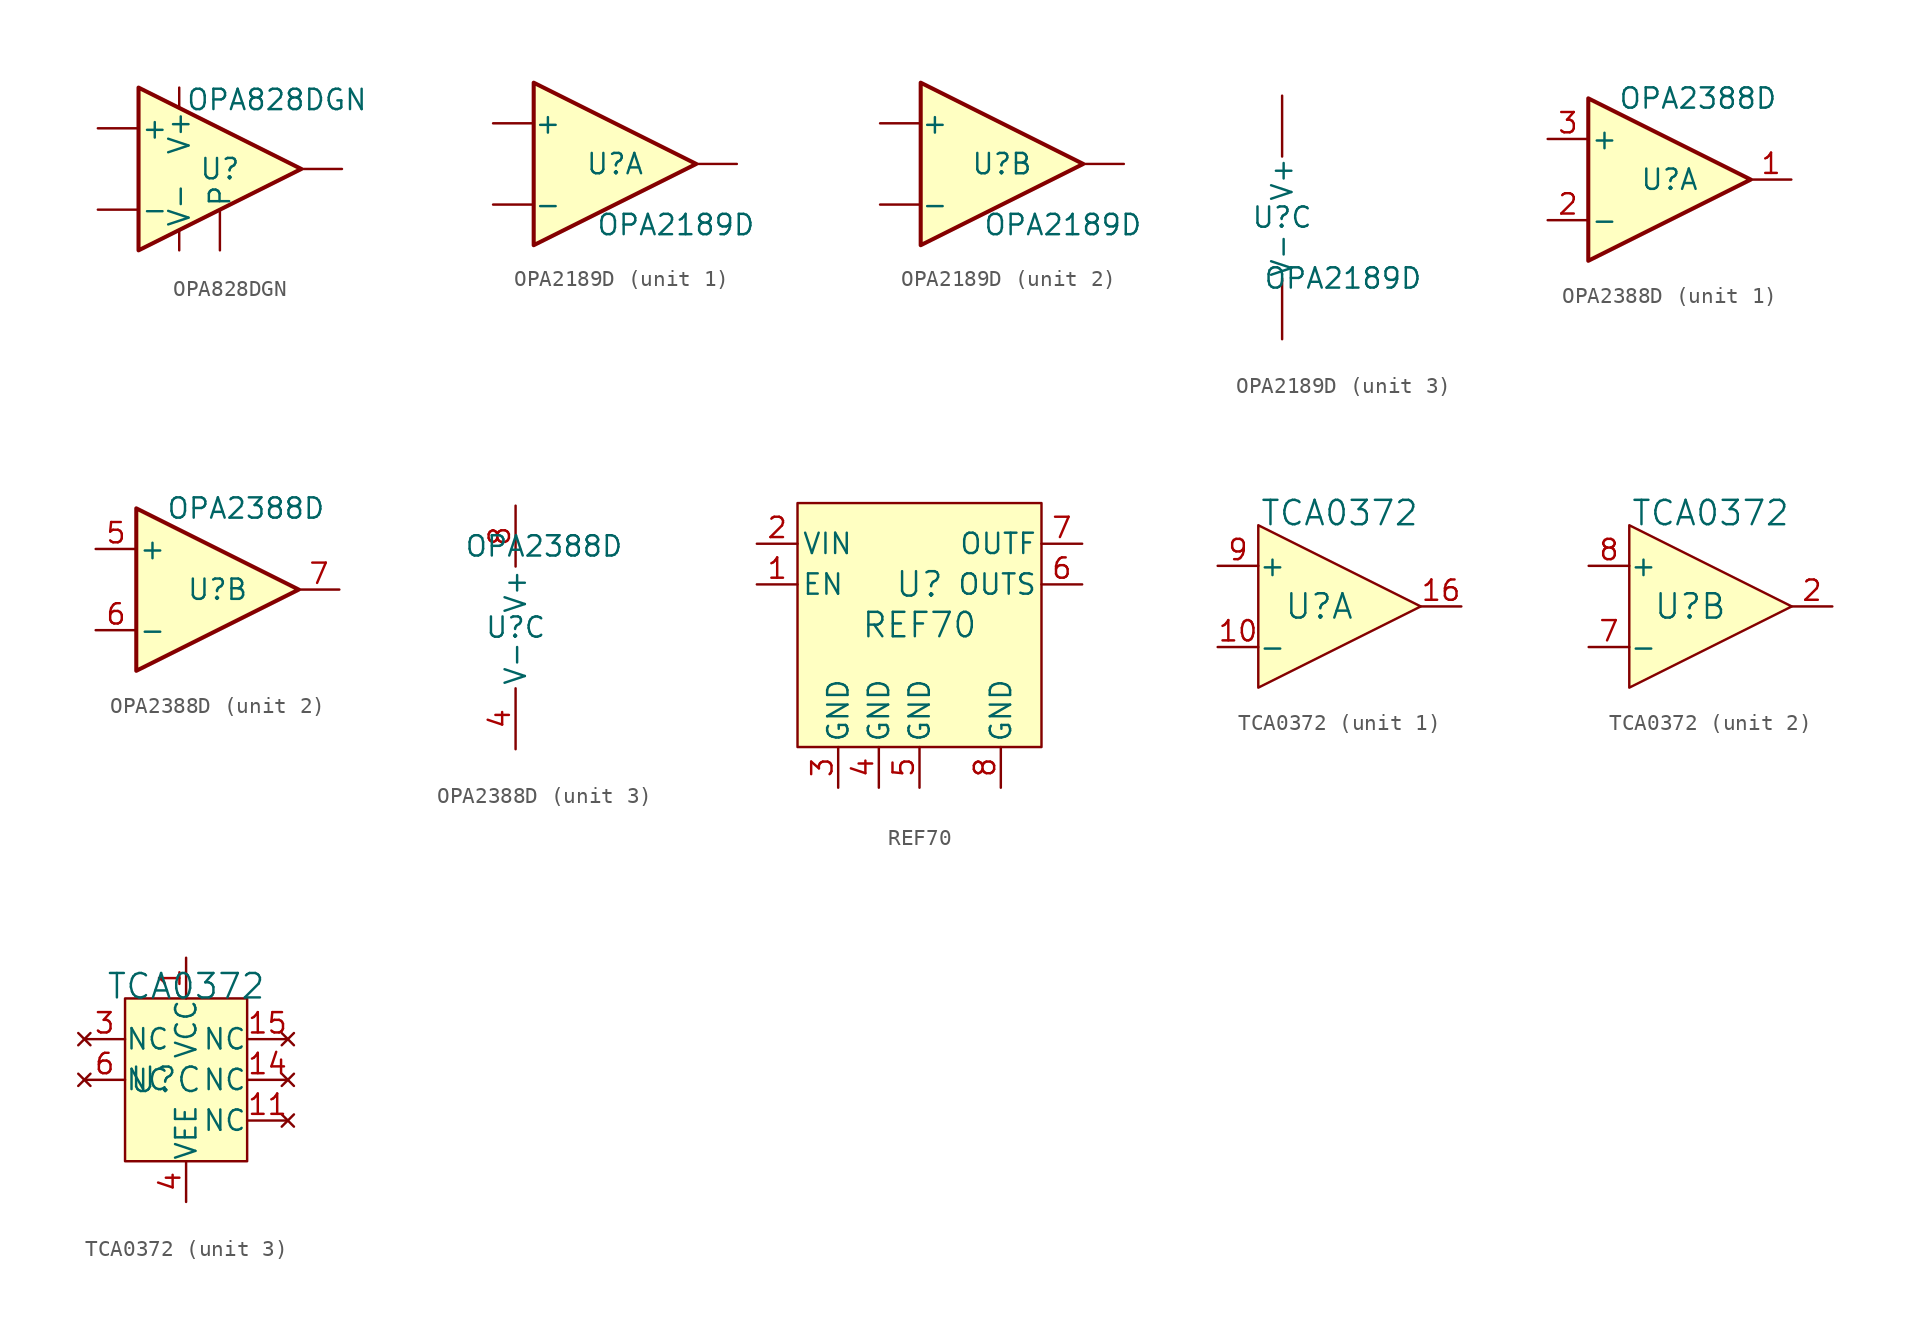
<source format=kicad_sym>
(kicad_symbol_lib
  (version 20241209)
  (generator "kicad_symbol_editor")
  (generator_version "9.0")
  (symbol "OPA828DGN"
    (pin_numbers
      (hide yes))
    (pin_names
      (offset 0.127))
    (property "Reference" "U"
      (at 0 0 0)
      (effects (font (size 1.27 1.27))))
    (property "Value" "OPA828DGN"
      (at 3.556 4.318 0)
      (effects (font (size 1.27 1.27))))
    (symbol "OPA828DGN_0_1"
      (polyline (pts (xy -5.08 5.08) (xy 5.08 0) (xy -5.08 -5.08) (xy -5.08 5.08)) (stroke (width 0.254) (type default)) (fill (type background))))
    (symbol "OPA828DGN_1_1"
      (pin input line (at -7.62 2.54 0) (length 2.54) (name "+" (effects (font (size 1.27 1.27)))) (number "3" (effects (font (size 1.27 1.27)))))
      (pin input line (at -7.62 -2.54 0) (length 2.54) (name "-" (effects (font (size 1.27 1.27)))) (number "2" (effects (font (size 1.27 1.27)))))
      (pin power_in line (at -2.54 5.08 270) (length 1.27) (name "V+" (effects (font (size 1.27 1.27)))) (number "7" (effects (font (size 1.27 1.27)))))
      (pin no_connect line (at -2.54 2.54 270) (length 2.54) (hide yes) (name "NC" (effects (font (size 1.27 1.27)))) (number "1" (effects (font (size 1.27 1.27)))))
      (pin power_in line (at -2.54 -5.08 90) (length 1.27) (name "V-" (effects (font (size 1.27 1.27)))) (number "4" (effects (font (size 1.27 1.27)))))
      (pin no_connect line (at 0 2.54 270) (length 2.54) (hide yes) (name "NC" (effects (font (size 1.27 1.27)))) (number "5" (effects (font (size 1.27 1.27)))))
      (pin no_connect line (at 0 -2.54 90) (length 2.54) (hide yes) (name "NC" (effects (font (size 1.27 1.27)))) (number "8" (effects (font (size 1.27 1.27)))))
      (pin passive line (at 0 -5.08 90) (length 2.54) (name "P" (effects (font (size 1.27 1.27)))) (number "9" (effects (font (size 1.27 1.27)))))
      (pin output line (at 7.62 0 180) (length 2.54) (name "~" (effects (font (size 1.27 1.27)))) (number "6" (effects (font (size 1.27 1.27)))))))
  (symbol "OPA2189D"
    (pin_numbers
      (hide yes))
    (pin_names
      (offset 0.002))
    (property "Reference" "U"
      (at 0 0 0)
      (effects (font (size 1.27 1.27))))
    (property "Value" "OPA2189D"
      (at 3.81 -3.81 0)
      (effects (font (size 1.27 1.27))))
    (property "ki_locked" ""
      (at 0 0 0)
      (effects (font (size 1.27 1.27))))
    (symbol "OPA2189D_1_1"
      (unit_name "A")
      (polyline (pts (xy -5.08 5.08) (xy 5.08 0) (xy -5.08 -5.08) (xy -5.08 5.08)) (stroke (width 0.254) (type default)) (fill (type background)))
      (pin input line (at -7.62 2.54 0) (length 2.54) (name "+" (effects (font (size 1.27 1.27)))) (number "3" (effects (font (size 1.27 1.27)))))
      (pin input line (at -7.62 -2.54 0) (length 2.54) (name "-" (effects (font (size 1.27 1.27)))) (number "2" (effects (font (size 1.27 1.27)))))
      (pin output line (at 7.62 0 180) (length 2.54) (name "~" (effects (font (size 1.27 1.27)))) (number "1" (effects (font (size 1.27 1.27))))))
    (symbol "OPA2189D_2_1"
      (unit_name "B")
      (polyline (pts (xy -5.08 5.08) (xy 5.08 0) (xy -5.08 -5.08) (xy -5.08 5.08)) (stroke (width 0.254) (type default)) (fill (type background)))
      (pin input line (at -7.62 2.54 0) (length 2.54) (name "+" (effects (font (size 1.27 1.27)))) (number "5" (effects (font (size 1.27 1.27)))))
      (pin input line (at -7.62 -2.54 0) (length 2.54) (name "-" (effects (font (size 1.27 1.27)))) (number "6" (effects (font (size 1.27 1.27)))))
      (pin output line (at 7.62 0 180) (length 2.54) (name "~" (effects (font (size 1.27 1.27)))) (number "7" (effects (font (size 1.27 1.27))))))
    (symbol "OPA2189D_3_1"
      (unit_name "Power")
      (pin power_in line (at 0 7.62 270) (length 3.81) (name "V+" (effects (font (size 1.27 1.27)))) (number "8" (effects (font (size 1.27 1.27)))))
      (pin power_in line (at 0 -7.62 90) (length 3.81) (name "V-" (effects (font (size 1.27 1.27)))) (number "4" (effects (font (size 1.27 1.27)))))))
  (symbol "OPA2388D"
    (pin_names
      (offset 0.127))
    (property "Reference" "U"
      (at 0 0 0)
      (effects (font (size 1.27 1.27))))
    (property "Value" "OPA2388D"
      (at 1.778 5.08 0)
      (effects (font (size 1.27 1.27))))
    (property "ki_locked" ""
      (at 0 0 0)
      (effects (font (size 1.27 1.27))))
    (symbol "OPA2388D_1_1"
      (polyline (pts (xy 5.08 0) (xy -5.08 5.08) (xy -5.08 -5.08) (xy 5.08 0)) (stroke (width 0.254) (type default)) (fill (type background)))
      (pin input line (at -7.62 2.54 0) (length 2.54) (name "+" (effects (font (size 1.27 1.27)))) (number "3" (effects (font (size 1.27 1.27)))))
      (pin input line (at -7.62 -2.54 0) (length 2.54) (name "-" (effects (font (size 1.27 1.27)))) (number "2" (effects (font (size 1.27 1.27)))))
      (pin output line (at 7.62 0 180) (length 2.54) (name "~" (effects (font (size 1.27 1.27)))) (number "1" (effects (font (size 1.27 1.27))))))
    (symbol "OPA2388D_2_1"
      (polyline (pts (xy 5.08 0) (xy -5.08 5.08) (xy -5.08 -5.08) (xy 5.08 0)) (stroke (width 0.254) (type default)) (fill (type background)))
      (pin input line (at -7.62 2.54 0) (length 2.54) (name "+" (effects (font (size 1.27 1.27)))) (number "5" (effects (font (size 1.27 1.27)))))
      (pin input line (at -7.62 -2.54 0) (length 2.54) (name "-" (effects (font (size 1.27 1.27)))) (number "6" (effects (font (size 1.27 1.27)))))
      (pin output line (at 7.62 0 180) (length 2.54) (name "~" (effects (font (size 1.27 1.27)))) (number "7" (effects (font (size 1.27 1.27))))))
    (symbol "OPA2388D_3_1"
      (pin power_in line (at 0 7.62 270) (length 3.81) (name "V+" (effects (font (size 1.27 1.27)))) (number "8" (effects (font (size 1.27 1.27)))))
      (pin power_in line (at 0 -7.62 90) (length 3.81) (name "V-" (effects (font (size 1.27 1.27)))) (number "4" (effects (font (size 1.27 1.27)))))))
  (symbol "REF70"
    (pin_names
      (offset 0.254))
    (property "Reference" "U"
      (at 0 2.54 0)
      (effects (font (size 1.524 1.524))))
    (property "Value" "REF70"
      (at 0 0 0)
      (effects (font (size 1.524 1.524))))
    (property "ki_locked" ""
      (at 0 0 0)
      (effects (font (size 1.27 1.27))))
    (symbol "REF70_0_1"
      (pin power_in line (at -10.16 5.08 0) (length 2.54) (name "VIN" (effects (font (size 1.27 1.27)))) (number "2" (effects (font (size 1.27 1.27)))))
      (pin input line (at -10.16 2.54 0) (length 2.54) (name "EN" (effects (font (size 1.27 1.27)))) (number "1" (effects (font (size 1.27 1.27)))))
      (pin power_in line (at -5.08 -10.16 90) (length 2.54) (name "GND" (effects (font (size 1.27 1.27)))) (number "3" (effects (font (size 1.27 1.27)))))
      (pin power_in line (at -2.54 -10.16 90) (length 2.54) (name "GND" (effects (font (size 1.27 1.27)))) (number "4" (effects (font (size 1.27 1.27)))))
      (pin power_in line (at 0 -10.16 90) (length 2.54) (name "GND" (effects (font (size 1.27 1.27)))) (number "5" (effects (font (size 1.27 1.27)))))
      (pin power_in line (at 5.08 -10.16 90) (length 2.54) (name "GND" (effects (font (size 1.27 1.27)))) (number "8" (effects (font (size 1.27 1.27)))))
      (pin passive line (at 10.16 5.08 180) (length 2.54) (name "OUTF" (effects (font (size 1.27 1.27)))) (number "7" (effects (font (size 1.27 1.27)))))
      (pin passive line (at 10.16 2.54 180) (length 2.54) (name "OUTS" (effects (font (size 1.27 1.27)))) (number "6" (effects (font (size 1.27 1.27))))))
    (symbol "REF70_1_1"
      (rectangle (start -7.62 7.62) (end 7.62 -7.62) (stroke (width 0) (type default)) (fill (type background)))))
  (symbol "TCA0372"
    (pin_names
      (offset 0.002))
    (property "Reference" "U"
      (at -1.27 0 0)
      (effects (font (size 1.524 1.524))))
    (property "Value" "TCA0372"
      (at 0 5.842 0)
      (effects (font (size 1.524 1.524))))
    (property "ki_locked" ""
      (at 0 0 0)
      (effects (font (size 1.27 1.27))))
    (symbol "TCA0372_1_1"
      (polyline (pts (xy -5.08 5.08) (xy -5.08 -5.08) (xy 5.08 0) (xy -5.08 5.08)) (stroke (width 0) (type default)) (fill (type background)))
      (pin input line (at -7.62 2.54 0) (length 2.54) (name "+" (effects (font (size 1.27 1.27)))) (number "9" (effects (font (size 1.27 1.27)))))
      (pin input line (at -7.62 -2.54 0) (length 2.54) (name "-" (effects (font (size 1.27 1.27)))) (number "10" (effects (font (size 1.27 1.27)))))
      (pin output line (at 7.62 0 180) (length 2.54) (name "" (effects (font (size 1.27 1.27)))) (number "16" (effects (font (size 1.27 1.27))))))
    (symbol "TCA0372_2_1"
      (polyline (pts (xy -5.08 5.08) (xy 5.08 0) (xy -5.08 -5.08) (xy -5.08 5.08)) (stroke (width 0) (type default)) (fill (type background)))
      (pin input line (at -7.62 2.54 0) (length 2.54) (name "+" (effects (font (size 1.27 1.27)))) (number "8" (effects (font (size 1.27 1.27)))))
      (pin input line (at -7.62 -2.54 0) (length 2.54) (name "-" (effects (font (size 1.27 1.27)))) (number "7" (effects (font (size 1.27 1.27)))))
      (pin output line (at 7.62 0 180) (length 2.54) (name "" (effects (font (size 1.27 1.27)))) (number "2" (effects (font (size 1.27 1.27))))))
    (symbol "TCA0372_3_1"
      (rectangle (start -3.81 5.08) (end 3.81 -5.08) (stroke (width 0) (type default)) (fill (type background)))
      (pin no_connect line (at -6.35 2.54 0) (length 2.54) (name "NC" (effects (font (size 1.27 1.27)))) (number "3" (effects (font (size 1.27 1.27)))))
      (pin no_connect line (at -6.35 0 0) (length 2.54) (name "NC" (effects (font (size 1.27 1.27)))) (number "6" (effects (font (size 1.27 1.27)))))
      (pin power_in line (at 0 7.62 270) (length 2.54) (name "VCC" (effects (font (size 1.27 1.27)))) (number "1" (effects (font (size 1.27 1.27)))))
      (pin passive line (at 0 -7.62 90) (length 2.54) (hide yes) (name "VEE" (effects (font (size 1.27 1.27)))) (number "12" (effects (font (size 1.27 1.27)))))
      (pin passive line (at 0 -7.62 90) (length 2.54) (hide yes) (name "VEE" (effects (font (size 1.27 1.27)))) (number "13" (effects (font (size 1.27 1.27)))))
      (pin power_in line (at 0 -7.62 90) (length 2.54) (name "VEE" (effects (font (size 1.27 1.27)))) (number "4" (effects (font (size 1.27 1.27)))))
      (pin passive line (at 0 -7.62 90) (length 2.54) (hide yes) (name "VEE" (effects (font (size 1.27 1.27)))) (number "5" (effects (font (size 1.27 1.27)))))
      (pin no_connect line (at 6.35 2.54 180) (length 2.54) (name "NC" (effects (font (size 1.27 1.27)))) (number "15" (effects (font (size 1.27 1.27)))))
      (pin no_connect line (at 6.35 0 180) (length 2.54) (name "NC" (effects (font (size 1.27 1.27)))) (number "14" (effects (font (size 1.27 1.27)))))
      (pin no_connect line (at 6.35 -2.54 180) (length 2.54) (name "NC" (effects (font (size 1.27 1.27)))) (number "11" (effects (font (size 1.27 1.27))))))))
</source>
